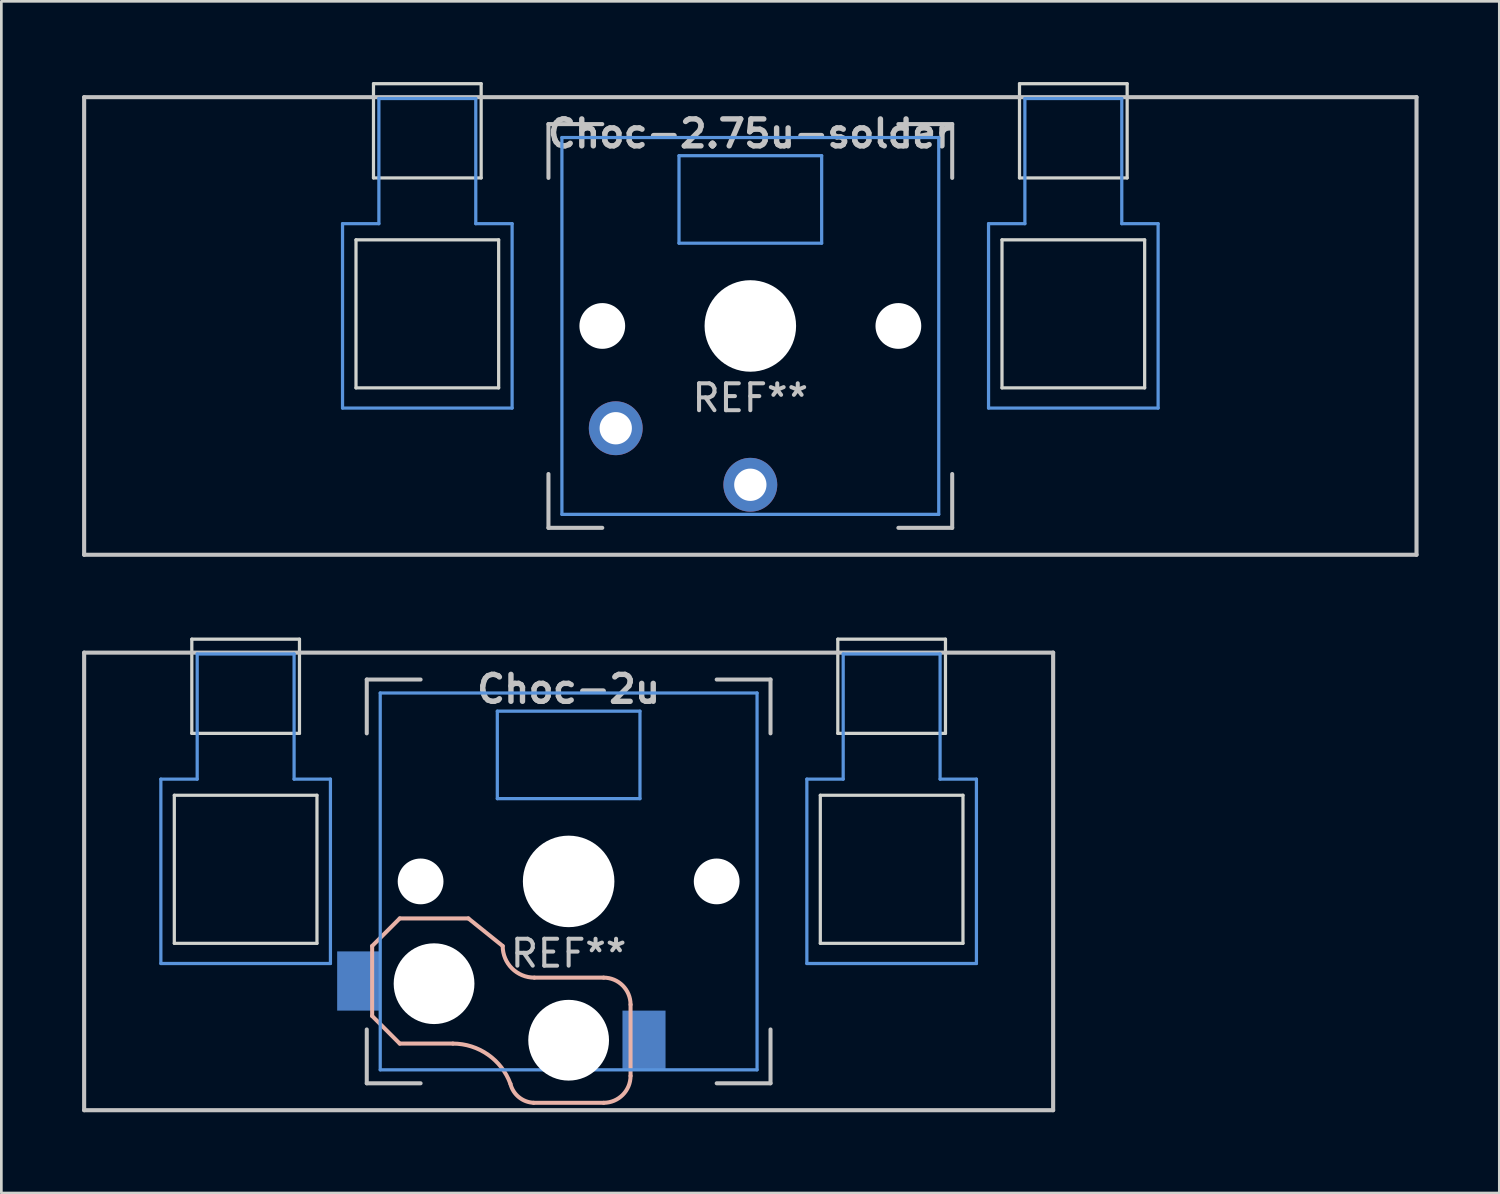
<source format=kicad_pcb>
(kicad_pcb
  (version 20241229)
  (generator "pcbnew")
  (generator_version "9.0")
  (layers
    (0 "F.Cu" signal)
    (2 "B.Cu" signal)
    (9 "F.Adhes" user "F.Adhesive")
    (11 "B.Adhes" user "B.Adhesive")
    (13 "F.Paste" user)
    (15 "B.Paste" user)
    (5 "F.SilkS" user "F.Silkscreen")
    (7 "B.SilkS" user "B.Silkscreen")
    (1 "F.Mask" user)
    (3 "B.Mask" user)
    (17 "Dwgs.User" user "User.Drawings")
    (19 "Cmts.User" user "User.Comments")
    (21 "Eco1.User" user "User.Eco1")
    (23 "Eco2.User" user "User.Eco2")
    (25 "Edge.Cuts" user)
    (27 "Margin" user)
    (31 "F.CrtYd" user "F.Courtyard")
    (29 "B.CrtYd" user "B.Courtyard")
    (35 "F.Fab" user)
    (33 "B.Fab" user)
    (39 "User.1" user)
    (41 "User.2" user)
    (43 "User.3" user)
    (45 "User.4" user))
  (footprint "Choc-2u"
    (layer "F.Cu")
    (at 18.076 29.696)
    (property "Reference" "Choc-2u" (at 0 -7.144 180) (layer "Dwgs.User") (effects (font (size 1 1) (thickness 0.2))))
    (attr through_hole)
    (fp_line (start -7.3 2.4) (end -7.3 5) (stroke (width 0.15) (type solid)) (layer "B.SilkS"))
    (fp_line (start -7.3 2.4) (end -6.275 1.375) (stroke (width 0.15) (type solid)) (layer "B.SilkS"))
    (fp_line (start -7.3 5) (end -6.275 6.025) (stroke (width 0.15) (type solid)) (layer "B.SilkS"))
    (fp_line (start -4.3 6.025) (end -6.275 6.025) (stroke (width 0.15) (type solid)) (layer "B.SilkS"))
    (fp_line (start -3.725 1.375) (end -6.275 1.375) (stroke (width 0.15) (type solid)) (layer "B.SilkS"))
    (fp_line (start -3.725 1.375) (end -2.45 2.4) (stroke (width 0.15) (type solid)) (layer "B.SilkS"))
    (fp_line (start 1.3 3.575) (end -1.275 3.575) (stroke (width 0.15) (type solid)) (layer "B.SilkS"))
    (fp_line (start 1.3 8.225) (end -1.3 8.225) (stroke (width 0.15) (type solid)) (layer "B.SilkS"))
    (fp_line (start 2.3 4.575) (end 2.3 7.225) (stroke (width 0.15) (type solid)) (layer "B.SilkS"))
    (fp_arc (start -4.3 6.025) (mid -2.995114 6.436429) (end -2.162199 7.521904) (stroke (width 0.15) (type solid)) (layer "B.SilkS"))
    (fp_arc (start -1.300995 8.223791) (mid -1.848284 8.016021) (end -2.162199 7.521904) (stroke (width 0.15) (type solid)) (layer "B.SilkS"))
    (fp_arc (start -1.275 3.575) (mid -2.10585 3.23085) (end -2.45 2.4) (stroke (width 0.15) (type solid)) (layer "B.SilkS"))
    (fp_arc (start 1.3 3.575) (mid 2.007107 3.867893) (end 2.3 4.575) (stroke (width 0.15) (type solid)) (layer "B.SilkS"))
    (fp_arc (start 2.3 7.225) (mid 2.007107 7.932107) (end 1.3 8.225) (stroke (width 0.15) (type solid)) (layer "B.SilkS"))
    (fp_line (start -18 -8.5) (end 18 -8.5) (stroke (width 0.152) (type solid)) (layer "Dwgs.User"))
    (fp_line (start -18 8.5) (end -18 -8.5) (stroke (width 0.152) (type solid)) (layer "Dwgs.User"))
    (fp_line (start -7.5 -7.5) (end -7.5 -5.5) (stroke (width 0.15) (type solid)) (layer "Dwgs.User"))
    (fp_line (start -7.5 7.5) (end -7.5 5.5) (stroke (width 0.15) (type solid)) (layer "Dwgs.User"))
    (fp_line (start -5.5 -7.5) (end -7.5 -7.5) (stroke (width 0.15) (type solid)) (layer "Dwgs.User"))
    (fp_line (start -5.5 7.5) (end -7.5 7.5) (stroke (width 0.15) (type solid)) (layer "Dwgs.User"))
    (fp_line (start 5.5 -7.5) (end 7.5 -7.5) (stroke (width 0.15) (type solid)) (layer "Dwgs.User"))
    (fp_line (start 5.5 7.5) (end 7.5 7.5) (stroke (width 0.15) (type solid)) (layer "Dwgs.User"))
    (fp_line (start 7.5 -7.5) (end 7.5 -5.5) (stroke (width 0.15) (type solid)) (layer "Dwgs.User"))
    (fp_line (start 7.5 7.5) (end 7.5 5.5) (stroke (width 0.15) (type solid)) (layer "Dwgs.User"))
    (fp_line (start 18 -8.5) (end 18 8.5) (stroke (width 0.152) (type solid)) (layer "Dwgs.User"))
    (fp_line (start 18 8.5) (end -18 8.5) (stroke (width 0.152) (type solid)) (layer "Dwgs.User"))
    (fp_line (start -15.15 -3.8) (end -13.8 -3.8) (stroke (width 0.12) (type solid)) (layer "Cmts.User"))
    (fp_line (start -15.15 3.05) (end -15.15 -3.8) (stroke (width 0.12) (type solid)) (layer "Cmts.User"))
    (fp_line (start -15.15 3.05) (end -8.85 3.05) (stroke (width 0.12) (type solid)) (layer "Cmts.User"))
    (fp_line (start -13.8 -8.45) (end -13.8 -3.8) (stroke (width 0.12) (type solid)) (layer "Cmts.User"))
    (fp_line (start -13.8 -8.45) (end -10.2 -8.45) (stroke (width 0.12) (type solid)) (layer "Cmts.User"))
    (fp_line (start -10.2 -8.45) (end -10.2 -3.8) (stroke (width 0.12) (type solid)) (layer "Cmts.User"))
    (fp_line (start -10.2 -3.8) (end -8.85 -3.8) (stroke (width 0.12) (type solid)) (layer "Cmts.User"))
    (fp_line (start -8.85 3.05) (end -8.85 -3.8) (stroke (width 0.12) (type solid)) (layer "Cmts.User"))
    (fp_line (start -7 -7) (end -7 7) (stroke (width 0.12) (type solid)) (layer "Cmts.User"))
    (fp_line (start -7 7) (end 7 7) (stroke (width 0.12) (type solid)) (layer "Cmts.User"))
    (fp_line (start -2.65 -6.325) (end 2.65 -6.325) (stroke (width 0.12) (type solid)) (layer "Cmts.User"))
    (fp_line (start -2.65 -3.075) (end -2.65 -6.325) (stroke (width 0.12) (type solid)) (layer "Cmts.User"))
    (fp_line (start 2.65 -6.325) (end 2.65 -3.075) (stroke (width 0.12) (type solid)) (layer "Cmts.User"))
    (fp_line (start 2.65 -3.075) (end -2.65 -3.075) (stroke (width 0.12) (type solid)) (layer "Cmts.User"))
    (fp_line (start 7 -7) (end -7 -7) (stroke (width 0.12) (type solid)) (layer "Cmts.User"))
    (fp_line (start 7 7) (end 7 -7) (stroke (width 0.12) (type solid)) (layer "Cmts.User"))
    (fp_line (start 8.85 -3.8) (end 10.2 -3.8) (stroke (width 0.12) (type solid)) (layer "Cmts.User"))
    (fp_line (start 8.85 3.05) (end 8.85 -3.8) (stroke (width 0.12) (type solid)) (layer "Cmts.User"))
    (fp_line (start 8.85 3.05) (end 15.15 3.05) (stroke (width 0.12) (type solid)) (layer "Cmts.User"))
    (fp_line (start 10.2 -8.45) (end 10.2 -3.8) (stroke (width 0.12) (type solid)) (layer "Cmts.User"))
    (fp_line (start 10.2 -8.45) (end 13.8 -8.45) (stroke (width 0.12) (type solid)) (layer "Cmts.User"))
    (fp_line (start 13.8 -8.45) (end 13.8 -3.8) (stroke (width 0.12) (type solid)) (layer "Cmts.User"))
    (fp_line (start 13.8 -3.8) (end 15.15 -3.8) (stroke (width 0.12) (type solid)) (layer "Cmts.User"))
    (fp_line (start 15.15 3.05) (end 15.15 -3.8) (stroke (width 0.12) (type solid)) (layer "Cmts.User"))
    (fp_line (start -14.65 -3.2) (end -14.65 2.3) (stroke (width 0.12) (type solid)) (layer "Edge.Cuts"))
    (fp_line (start -14.65 -3.2) (end -9.35 -3.2) (stroke (width 0.12) (type solid)) (layer "Edge.Cuts"))
    (fp_line (start -14.65 2.3) (end -9.35 2.3) (stroke (width 0.12) (type solid)) (layer "Edge.Cuts"))
    (fp_line (start -14 -9) (end -14 -5.5) (stroke (width 0.12) (type solid)) (layer "Edge.Cuts"))
    (fp_line (start -14 -9) (end -10 -9) (stroke (width 0.12) (type solid)) (layer "Edge.Cuts"))
    (fp_line (start -14 -5.5) (end -10 -5.5) (stroke (width 0.12) (type solid)) (layer "Edge.Cuts"))
    (fp_line (start -10 -5.5) (end -10 -9) (stroke (width 0.12) (type solid)) (layer "Edge.Cuts"))
    (fp_line (start -9.35 2.3) (end -9.35 -3.2) (stroke (width 0.12) (type solid)) (layer "Edge.Cuts"))
    (fp_line (start 9.35 -3.2) (end 9.35 2.3) (stroke (width 0.12) (type solid)) (layer "Edge.Cuts"))
    (fp_line (start 9.35 -3.2) (end 14.65 -3.2) (stroke (width 0.12) (type solid)) (layer "Edge.Cuts"))
    (fp_line (start 9.35 2.3) (end 14.65 2.3) (stroke (width 0.12) (type solid)) (layer "Edge.Cuts"))
    (fp_line (start 10 -9) (end 10 -5.5) (stroke (width 0.12) (type solid)) (layer "Edge.Cuts"))
    (fp_line (start 10 -9) (end 14 -9) (stroke (width 0.12) (type solid)) (layer "Edge.Cuts"))
    (fp_line (start 10 -5.5) (end 14 -5.5) (stroke (width 0.12) (type solid)) (layer "Edge.Cuts"))
    (fp_line (start 14 -5.5) (end 14 -9) (stroke (width 0.12) (type solid)) (layer "Edge.Cuts"))
    (fp_line (start 14.65 2.3) (end 14.65 -3.2) (stroke (width 0.12) (type solid)) (layer "Edge.Cuts"))
    (fp_text user "REF**" (at 0 2.675 0) (layer "Dwgs.User") (effects (font (size 1 1) (thickness 0.15))))
    (pad "" np_thru_hole circle (at -5.5 0 180) (size 1.7 1.7) (drill 1.7) (layers "*.Cu" "*.Mask"))
    (pad "" np_thru_hole circle (at -5 3.8 90) (size 3 3) (drill 3) (layers "*.Cu" "*.Mask"))
    (pad "" np_thru_hole circle (at 0 0 90) (size 3.4 3.4) (drill 3.4) (layers "*.Cu" "*.Mask"))
    (pad "" np_thru_hole circle (at 0 5.9 90) (size 3 3) (drill 3) (layers "*.Cu" "*.Mask"))
    (pad "" np_thru_hole circle (at 5.5 0 180) (size 1.7 1.7) (drill 1.7) (layers "*.Cu" "*.Mask"))
    (pad "1" smd rect (at -7.8 3.7 180) (size 1.6 2.2) (layers "B.Cu" "B.Mask" "B.Paste"))
    (pad "2" smd rect (at 2.8 5.9 180) (size 1.6 2.2) (layers "B.Cu" "B.Mask" "B.Paste")))
  (footprint "Choc-2.75u-solder"
    (layer "F.Cu")
    (at 24.826 9.06)
    (property "Reference" "Choc-2.75u-solder" (at 0 -7.144 180) (layer "Dwgs.User") (effects (font (size 1 1) (thickness 0.2))))
    (attr through_hole)
    (fp_line (start -24.75 -8.5) (end 24.75 -8.5) (stroke (width 0.152) (type solid)) (layer "Dwgs.User"))
    (fp_line (start -24.75 8.5) (end -24.75 -8.5) (stroke (width 0.152) (type solid)) (layer "Dwgs.User"))
    (fp_line (start -7.5 -7.5) (end -7.5 -5.5) (stroke (width 0.15) (type solid)) (layer "Dwgs.User"))
    (fp_line (start -7.5 7.5) (end -7.5 5.5) (stroke (width 0.15) (type solid)) (layer "Dwgs.User"))
    (fp_line (start -5.5 -7.5) (end -7.5 -7.5) (stroke (width 0.15) (type solid)) (layer "Dwgs.User"))
    (fp_line (start -5.5 7.5) (end -7.5 7.5) (stroke (width 0.15) (type solid)) (layer "Dwgs.User"))
    (fp_line (start 5.5 -7.5) (end 7.5 -7.5) (stroke (width 0.15) (type solid)) (layer "Dwgs.User"))
    (fp_line (start 5.5 7.5) (end 7.5 7.5) (stroke (width 0.15) (type solid)) (layer "Dwgs.User"))
    (fp_line (start 7.5 -7.5) (end 7.5 -5.5) (stroke (width 0.15) (type solid)) (layer "Dwgs.User"))
    (fp_line (start 7.5 7.5) (end 7.5 5.5) (stroke (width 0.15) (type solid)) (layer "Dwgs.User"))
    (fp_line (start 24.75 -8.5) (end 24.75 8.5) (stroke (width 0.152) (type solid)) (layer "Dwgs.User"))
    (fp_line (start 24.75 8.5) (end -24.75 8.5) (stroke (width 0.152) (type solid)) (layer "Dwgs.User"))
    (fp_line (start -15.15 -3.8) (end -13.8 -3.8) (stroke (width 0.12) (type solid)) (layer "Cmts.User"))
    (fp_line (start -15.15 3.05) (end -15.15 -3.8) (stroke (width 0.12) (type solid)) (layer "Cmts.User"))
    (fp_line (start -15.15 3.05) (end -8.85 3.05) (stroke (width 0.12) (type solid)) (layer "Cmts.User"))
    (fp_line (start -13.8 -8.45) (end -13.8 -3.8) (stroke (width 0.12) (type solid)) (layer "Cmts.User"))
    (fp_line (start -13.8 -8.45) (end -10.2 -8.45) (stroke (width 0.12) (type solid)) (layer "Cmts.User"))
    (fp_line (start -10.2 -8.45) (end -10.2 -3.8) (stroke (width 0.12) (type solid)) (layer "Cmts.User"))
    (fp_line (start -10.2 -3.8) (end -8.85 -3.8) (stroke (width 0.12) (type solid)) (layer "Cmts.User"))
    (fp_line (start -8.85 3.05) (end -8.85 -3.8) (stroke (width 0.12) (type solid)) (layer "Cmts.User"))
    (fp_line (start -7 -7) (end -7 7) (stroke (width 0.12) (type solid)) (layer "Cmts.User"))
    (fp_line (start -7 7) (end 7 7) (stroke (width 0.12) (type solid)) (layer "Cmts.User"))
    (fp_line (start -2.65 -6.325) (end 2.65 -6.325) (stroke (width 0.12) (type solid)) (layer "Cmts.User"))
    (fp_line (start -2.65 -3.075) (end -2.65 -6.325) (stroke (width 0.12) (type solid)) (layer "Cmts.User"))
    (fp_line (start 2.65 -6.325) (end 2.65 -3.075) (stroke (width 0.12) (type solid)) (layer "Cmts.User"))
    (fp_line (start 2.65 -3.075) (end -2.65 -3.075) (stroke (width 0.12) (type solid)) (layer "Cmts.User"))
    (fp_line (start 7 -7) (end -7 -7) (stroke (width 0.12) (type solid)) (layer "Cmts.User"))
    (fp_line (start 7 7) (end 7 -7) (stroke (width 0.12) (type solid)) (layer "Cmts.User"))
    (fp_line (start 8.85 -3.8) (end 10.2 -3.8) (stroke (width 0.12) (type solid)) (layer "Cmts.User"))
    (fp_line (start 8.85 3.05) (end 8.85 -3.8) (stroke (width 0.12) (type solid)) (layer "Cmts.User"))
    (fp_line (start 8.85 3.05) (end 15.15 3.05) (stroke (width 0.12) (type solid)) (layer "Cmts.User"))
    (fp_line (start 10.2 -8.45) (end 10.2 -3.8) (stroke (width 0.12) (type solid)) (layer "Cmts.User"))
    (fp_line (start 10.2 -8.45) (end 13.8 -8.45) (stroke (width 0.12) (type solid)) (layer "Cmts.User"))
    (fp_line (start 13.8 -8.45) (end 13.8 -3.8) (stroke (width 0.12) (type solid)) (layer "Cmts.User"))
    (fp_line (start 13.8 -3.8) (end 15.15 -3.8) (stroke (width 0.12) (type solid)) (layer "Cmts.User"))
    (fp_line (start 15.15 3.05) (end 15.15 -3.8) (stroke (width 0.12) (type solid)) (layer "Cmts.User"))
    (fp_line (start -14.65 -3.2) (end -14.65 2.3) (stroke (width 0.12) (type solid)) (layer "Edge.Cuts"))
    (fp_line (start -14.65 -3.2) (end -9.35 -3.2) (stroke (width 0.12) (type solid)) (layer "Edge.Cuts"))
    (fp_line (start -14.65 2.3) (end -9.35 2.3) (stroke (width 0.12) (type solid)) (layer "Edge.Cuts"))
    (fp_line (start -14 -9) (end -14 -5.5) (stroke (width 0.12) (type solid)) (layer "Edge.Cuts"))
    (fp_line (start -14 -9) (end -10 -9) (stroke (width 0.12) (type solid)) (layer "Edge.Cuts"))
    (fp_line (start -14 -5.5) (end -10 -5.5) (stroke (width 0.12) (type solid)) (layer "Edge.Cuts"))
    (fp_line (start -10 -5.5) (end -10 -9) (stroke (width 0.12) (type solid)) (layer "Edge.Cuts"))
    (fp_line (start -9.35 2.3) (end -9.35 -3.2) (stroke (width 0.12) (type solid)) (layer "Edge.Cuts"))
    (fp_line (start 9.35 -3.2) (end 9.35 2.3) (stroke (width 0.12) (type solid)) (layer "Edge.Cuts"))
    (fp_line (start 9.35 -3.2) (end 14.65 -3.2) (stroke (width 0.12) (type solid)) (layer "Edge.Cuts"))
    (fp_line (start 9.35 2.3) (end 14.65 2.3) (stroke (width 0.12) (type solid)) (layer "Edge.Cuts"))
    (fp_line (start 10 -9) (end 10 -5.5) (stroke (width 0.12) (type solid)) (layer "Edge.Cuts"))
    (fp_line (start 10 -9) (end 14 -9) (stroke (width 0.12) (type solid)) (layer "Edge.Cuts"))
    (fp_line (start 10 -5.5) (end 14 -5.5) (stroke (width 0.12) (type solid)) (layer "Edge.Cuts"))
    (fp_line (start 14 -5.5) (end 14 -9) (stroke (width 0.12) (type solid)) (layer "Edge.Cuts"))
    (fp_line (start 14.65 2.3) (end 14.65 -3.2) (stroke (width 0.12) (type solid)) (layer "Edge.Cuts"))
    (fp_text user "REF**" (at 0 2.675 0) (layer "Dwgs.User") (effects (font (size 1 1) (thickness 0.15))))
    (pad "" np_thru_hole circle (at -5.5 0 180) (size 1.7 1.7) (drill 1.7) (layers "*.Cu" "*.Mask"))
    (pad "" np_thru_hole circle (at 0 0 90) (size 3.4 3.4) (drill 3.4) (layers "*.Cu" "*.Mask"))
    (pad "" np_thru_hole circle (at 5.5 0 180) (size 1.7 1.7) (drill 1.7) (layers "*.Cu" "*.Mask"))
    (pad "1" thru_hole circle (at 0 5.9 180) (size 2 2) (drill 1.2) (layers "*.Cu" "*.Mask"))
    (pad "2" thru_hole circle (at -5 3.8 41.9) (size 2 2) (drill 1.2) (layers "*.Cu" "*.Mask")))
  (gr_rect
    (start -3 -3)
    (end 52.652 41.272)
    (stroke (width 0.1) (type default))
    (fill no)
    (layer "Edge.Cuts")))
</source>
